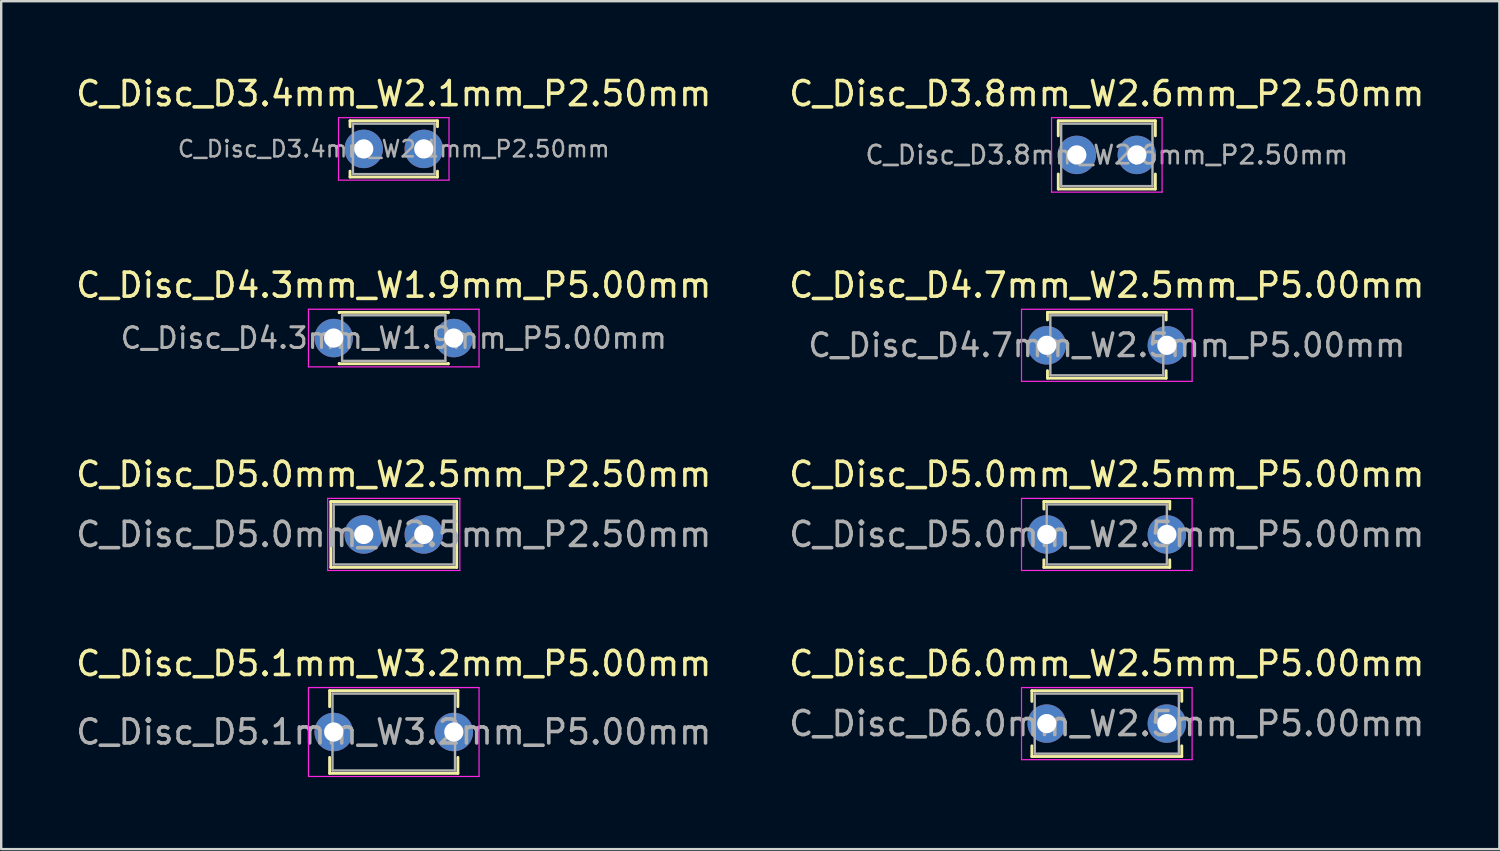
<source format=kicad_pcb>
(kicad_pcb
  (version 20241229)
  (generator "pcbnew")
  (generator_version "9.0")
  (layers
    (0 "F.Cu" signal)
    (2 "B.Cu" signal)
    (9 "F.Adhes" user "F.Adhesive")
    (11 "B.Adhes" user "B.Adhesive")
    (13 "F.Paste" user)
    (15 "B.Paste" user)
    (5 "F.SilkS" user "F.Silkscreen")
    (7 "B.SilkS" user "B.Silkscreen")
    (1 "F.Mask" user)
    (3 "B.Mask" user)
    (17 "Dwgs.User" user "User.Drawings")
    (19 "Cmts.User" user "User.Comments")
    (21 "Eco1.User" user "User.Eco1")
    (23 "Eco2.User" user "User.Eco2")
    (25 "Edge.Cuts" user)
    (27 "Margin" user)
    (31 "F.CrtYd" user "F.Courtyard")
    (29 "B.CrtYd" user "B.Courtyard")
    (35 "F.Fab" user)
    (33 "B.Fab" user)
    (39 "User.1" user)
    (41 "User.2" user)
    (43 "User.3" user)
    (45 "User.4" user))
  (footprint "C_Disc_D4.3mm_W1.9mm_P5.00mm"
    (layer "F.Cu")
    (at 10.839 11.021)
    (property "Reference" "C_Disc_D4.3mm_W1.9mm_P5.00mm" (at 2.5 -2.2 0) (layer "F.SilkS") (effects (font (size 1 1) (thickness 0.15))))
    (attr through_hole)
    (fp_line (start 0.23 -1.07) (end 0.23 -1.055) (stroke (width 0.12) (type solid)) (layer "F.SilkS"))
    (fp_line (start 0.23 -1.07) (end 4.77 -1.07) (stroke (width 0.12) (type solid)) (layer "F.SilkS"))
    (fp_line (start 0.23 1.055) (end 0.23 1.07) (stroke (width 0.12) (type solid)) (layer "F.SilkS"))
    (fp_line (start 0.23 1.07) (end 4.77 1.07) (stroke (width 0.12) (type solid)) (layer "F.SilkS"))
    (fp_line (start 4.77 -1.07) (end 4.77 -1.055) (stroke (width 0.12) (type solid)) (layer "F.SilkS"))
    (fp_line (start 4.77 1.055) (end 4.77 1.07) (stroke (width 0.12) (type solid)) (layer "F.SilkS"))
    (fp_line (start -1.05 -1.2) (end -1.05 1.2) (stroke (width 0.05) (type solid)) (layer "F.CrtYd"))
    (fp_line (start -1.05 1.2) (end 6.05 1.2) (stroke (width 0.05) (type solid)) (layer "F.CrtYd"))
    (fp_line (start 6.05 -1.2) (end -1.05 -1.2) (stroke (width 0.05) (type solid)) (layer "F.CrtYd"))
    (fp_line (start 6.05 1.2) (end 6.05 -1.2) (stroke (width 0.05) (type solid)) (layer "F.CrtYd"))
    (fp_line (start 0.35 -0.95) (end 0.35 0.95) (stroke (width 0.1) (type solid)) (layer "F.Fab"))
    (fp_line (start 0.35 0.95) (end 4.65 0.95) (stroke (width 0.1) (type solid)) (layer "F.Fab"))
    (fp_line (start 4.65 -0.95) (end 0.35 -0.95) (stroke (width 0.1) (type solid)) (layer "F.Fab"))
    (fp_line (start 4.65 0.95) (end 4.65 -0.95) (stroke (width 0.1) (type solid)) (layer "F.Fab"))
    (fp_text user "${REFERENCE}" (at 2.5 0 0) (layer "F.Fab") (effects (font (size 0.86 0.86) (thickness 0.129))))
    (pad "1" thru_hole circle (at 0 0) (size 1.6 1.6) (drill 0.8) (layers "*.Cu" "*.Mask"))
    (pad "2" thru_hole circle (at 5 0) (size 1.6 1.6) (drill 0.8) (layers "*.Cu" "*.Mask")))
  (footprint "C_Disc_D6.0mm_W2.5mm_P5.00mm"
    (layer "F.Cu")
    (at 40.518 27.068)
    (property "Reference" "C_Disc_D6.0mm_W2.5mm_P5.00mm" (at 2.5 -2.5 0) (layer "F.SilkS") (effects (font (size 1 1) (thickness 0.15))))
    (attr through_hole)
    (fp_line (start -0.62 -1.37) (end -0.62 -0.925) (stroke (width 0.12) (type solid)) (layer "F.SilkS"))
    (fp_line (start -0.62 -1.37) (end 5.62 -1.37) (stroke (width 0.12) (type solid)) (layer "F.SilkS"))
    (fp_line (start -0.62 0.925) (end -0.62 1.37) (stroke (width 0.12) (type solid)) (layer "F.SilkS"))
    (fp_line (start -0.62 1.37) (end 5.62 1.37) (stroke (width 0.12) (type solid)) (layer "F.SilkS"))
    (fp_line (start 5.62 -1.37) (end 5.62 -0.925) (stroke (width 0.12) (type solid)) (layer "F.SilkS"))
    (fp_line (start 5.62 0.925) (end 5.62 1.37) (stroke (width 0.12) (type solid)) (layer "F.SilkS"))
    (fp_line (start -1.05 -1.5) (end -1.05 1.5) (stroke (width 0.05) (type solid)) (layer "F.CrtYd"))
    (fp_line (start -1.05 1.5) (end 6.05 1.5) (stroke (width 0.05) (type solid)) (layer "F.CrtYd"))
    (fp_line (start 6.05 -1.5) (end -1.05 -1.5) (stroke (width 0.05) (type solid)) (layer "F.CrtYd"))
    (fp_line (start 6.05 1.5) (end 6.05 -1.5) (stroke (width 0.05) (type solid)) (layer "F.CrtYd"))
    (fp_line (start -0.5 -1.25) (end -0.5 1.25) (stroke (width 0.1) (type solid)) (layer "F.Fab"))
    (fp_line (start -0.5 1.25) (end 5.5 1.25) (stroke (width 0.1) (type solid)) (layer "F.Fab"))
    (fp_line (start 5.5 -1.25) (end -0.5 -1.25) (stroke (width 0.1) (type solid)) (layer "F.Fab"))
    (fp_line (start 5.5 1.25) (end 5.5 -1.25) (stroke (width 0.1) (type solid)) (layer "F.Fab"))
    (fp_text user "${REFERENCE}" (at 2.5 0 0) (layer "F.Fab") (effects (font (size 1 1) (thickness 0.15))))
    (pad "1" thru_hole circle (at 0 0) (size 1.6 1.6) (drill 0.8) (layers "*.Cu" "*.Mask"))
    (pad "2" thru_hole circle (at 5 0) (size 1.6 1.6) (drill 0.8) (layers "*.Cu" "*.Mask")))
  (footprint "C_Disc_D5.0mm_W2.5mm_P5.00mm"
    (layer "F.Cu")
    (at 40.518 19.195)
    (property "Reference" "C_Disc_D5.0mm_W2.5mm_P5.00mm" (at 2.5 -2.5 0) (layer "F.SilkS") (effects (font (size 1 1) (thickness 0.15))))
    (attr through_hole)
    (fp_line (start -0.12 -1.37) (end -0.12 -1.055) (stroke (width 0.12) (type solid)) (layer "F.SilkS"))
    (fp_line (start -0.12 -1.37) (end 5.12 -1.37) (stroke (width 0.12) (type solid)) (layer "F.SilkS"))
    (fp_line (start -0.12 1.055) (end -0.12 1.37) (stroke (width 0.12) (type solid)) (layer "F.SilkS"))
    (fp_line (start -0.12 1.37) (end 5.12 1.37) (stroke (width 0.12) (type solid)) (layer "F.SilkS"))
    (fp_line (start 5.12 -1.37) (end 5.12 -1.055) (stroke (width 0.12) (type solid)) (layer "F.SilkS"))
    (fp_line (start 5.12 1.055) (end 5.12 1.37) (stroke (width 0.12) (type solid)) (layer "F.SilkS"))
    (fp_line (start -1.05 -1.5) (end -1.05 1.5) (stroke (width 0.05) (type solid)) (layer "F.CrtYd"))
    (fp_line (start -1.05 1.5) (end 6.05 1.5) (stroke (width 0.05) (type solid)) (layer "F.CrtYd"))
    (fp_line (start 6.05 -1.5) (end -1.05 -1.5) (stroke (width 0.05) (type solid)) (layer "F.CrtYd"))
    (fp_line (start 6.05 1.5) (end 6.05 -1.5) (stroke (width 0.05) (type solid)) (layer "F.CrtYd"))
    (fp_line (start 0 -1.25) (end 0 1.25) (stroke (width 0.1) (type solid)) (layer "F.Fab"))
    (fp_line (start 0 1.25) (end 5 1.25) (stroke (width 0.1) (type solid)) (layer "F.Fab"))
    (fp_line (start 5 -1.25) (end 0 -1.25) (stroke (width 0.1) (type solid)) (layer "F.Fab"))
    (fp_line (start 5 1.25) (end 5 -1.25) (stroke (width 0.1) (type solid)) (layer "F.Fab"))
    (fp_text user "${REFERENCE}" (at 2.5 0 0) (layer "F.Fab") (effects (font (size 1 1) (thickness 0.15))))
    (pad "1" thru_hole circle (at 0 0) (size 1.6 1.6) (drill 0.8) (layers "*.Cu" "*.Mask"))
    (pad "2" thru_hole circle (at 5 0) (size 1.6 1.6) (drill 0.8) (layers "*.Cu" "*.Mask")))
  (footprint "C_Disc_D3.4mm_W2.1mm_P2.50mm"
    (layer "F.Cu")
    (at 12.089 3.148)
    (property "Reference" "C_Disc_D3.4mm_W2.1mm_P2.50mm" (at 1.25 -2.3 0) (layer "F.SilkS") (effects (font (size 1 1) (thickness 0.15))))
    (attr through_hole)
    (fp_line (start -0.57 -1.17) (end -0.57 -0.925) (stroke (width 0.12) (type solid)) (layer "F.SilkS"))
    (fp_line (start -0.57 -1.17) (end 3.07 -1.17) (stroke (width 0.12) (type solid)) (layer "F.SilkS"))
    (fp_line (start -0.57 0.925) (end -0.57 1.17) (stroke (width 0.12) (type solid)) (layer "F.SilkS"))
    (fp_line (start -0.57 1.17) (end 3.07 1.17) (stroke (width 0.12) (type solid)) (layer "F.SilkS"))
    (fp_line (start 3.07 -1.17) (end 3.07 -0.925) (stroke (width 0.12) (type solid)) (layer "F.SilkS"))
    (fp_line (start 3.07 0.925) (end 3.07 1.17) (stroke (width 0.12) (type solid)) (layer "F.SilkS"))
    (fp_line (start -1.05 -1.3) (end -1.05 1.3) (stroke (width 0.05) (type solid)) (layer "F.CrtYd"))
    (fp_line (start -1.05 1.3) (end 3.55 1.3) (stroke (width 0.05) (type solid)) (layer "F.CrtYd"))
    (fp_line (start 3.55 -1.3) (end -1.05 -1.3) (stroke (width 0.05) (type solid)) (layer "F.CrtYd"))
    (fp_line (start 3.55 1.3) (end 3.55 -1.3) (stroke (width 0.05) (type solid)) (layer "F.CrtYd"))
    (fp_line (start -0.45 -1.05) (end -0.45 1.05) (stroke (width 0.1) (type solid)) (layer "F.Fab"))
    (fp_line (start -0.45 1.05) (end 2.95 1.05) (stroke (width 0.1) (type solid)) (layer "F.Fab"))
    (fp_line (start 2.95 -1.05) (end -0.45 -1.05) (stroke (width 0.1) (type solid)) (layer "F.Fab"))
    (fp_line (start 2.95 1.05) (end 2.95 -1.05) (stroke (width 0.1) (type solid)) (layer "F.Fab"))
    (fp_text user "${REFERENCE}" (at 1.25 0 0) (layer "F.Fab") (effects (font (size 0.68 0.68) (thickness 0.102))))
    (pad "1" thru_hole circle (at 0 0) (size 1.6 1.6) (drill 0.8) (layers "*.Cu" "*.Mask"))
    (pad "2" thru_hole circle (at 2.5 0) (size 1.6 1.6) (drill 0.8) (layers "*.Cu" "*.Mask")))
  (footprint "C_Disc_D4.7mm_W2.5mm_P5.00mm"
    (layer "F.Cu")
    (at 40.518 11.322)
    (property "Reference" "C_Disc_D4.7mm_W2.5mm_P5.00mm" (at 2.5 -2.5 0) (layer "F.SilkS") (effects (font (size 1 1) (thickness 0.15))))
    (attr through_hole)
    (fp_line (start 0.03 -1.37) (end 0.03 -1.055) (stroke (width 0.12) (type solid)) (layer "F.SilkS"))
    (fp_line (start 0.03 -1.37) (end 4.97 -1.37) (stroke (width 0.12) (type solid)) (layer "F.SilkS"))
    (fp_line (start 0.03 1.055) (end 0.03 1.37) (stroke (width 0.12) (type solid)) (layer "F.SilkS"))
    (fp_line (start 0.03 1.37) (end 4.97 1.37) (stroke (width 0.12) (type solid)) (layer "F.SilkS"))
    (fp_line (start 4.97 -1.37) (end 4.97 -1.055) (stroke (width 0.12) (type solid)) (layer "F.SilkS"))
    (fp_line (start 4.97 1.055) (end 4.97 1.37) (stroke (width 0.12) (type solid)) (layer "F.SilkS"))
    (fp_line (start -1.05 -1.5) (end -1.05 1.5) (stroke (width 0.05) (type solid)) (layer "F.CrtYd"))
    (fp_line (start -1.05 1.5) (end 6.05 1.5) (stroke (width 0.05) (type solid)) (layer "F.CrtYd"))
    (fp_line (start 6.05 -1.5) (end -1.05 -1.5) (stroke (width 0.05) (type solid)) (layer "F.CrtYd"))
    (fp_line (start 6.05 1.5) (end 6.05 -1.5) (stroke (width 0.05) (type solid)) (layer "F.CrtYd"))
    (fp_line (start 0.15 -1.25) (end 0.15 1.25) (stroke (width 0.1) (type solid)) (layer "F.Fab"))
    (fp_line (start 0.15 1.25) (end 4.85 1.25) (stroke (width 0.1) (type solid)) (layer "F.Fab"))
    (fp_line (start 4.85 -1.25) (end 0.15 -1.25) (stroke (width 0.1) (type solid)) (layer "F.Fab"))
    (fp_line (start 4.85 1.25) (end 4.85 -1.25) (stroke (width 0.1) (type solid)) (layer "F.Fab"))
    (fp_text user "${REFERENCE}" (at 2.5 0 0) (layer "F.Fab") (effects (font (size 0.94 0.94) (thickness 0.141))))
    (pad "1" thru_hole circle (at 0 0) (size 1.6 1.6) (drill 0.8) (layers "*.Cu" "*.Mask"))
    (pad "2" thru_hole circle (at 5 0) (size 1.6 1.6) (drill 0.8) (layers "*.Cu" "*.Mask")))
  (footprint "C_Disc_D5.0mm_W2.5mm_P2.50mm"
    (layer "F.Cu")
    (at 12.089 19.195)
    (property "Reference" "C_Disc_D5.0mm_W2.5mm_P2.50mm" (at 1.25 -2.5 0) (layer "F.SilkS") (effects (font (size 1 1) (thickness 0.15))))
    (attr through_hole)
    (fp_line (start -1.37 -1.37) (end -1.37 1.37) (stroke (width 0.12) (type solid)) (layer "F.SilkS"))
    (fp_line (start -1.37 -1.37) (end 3.87 -1.37) (stroke (width 0.12) (type solid)) (layer "F.SilkS"))
    (fp_line (start -1.37 1.37) (end 3.87 1.37) (stroke (width 0.12) (type solid)) (layer "F.SilkS"))
    (fp_line (start 3.87 -1.37) (end 3.87 1.37) (stroke (width 0.12) (type solid)) (layer "F.SilkS"))
    (fp_line (start -1.5 -1.5) (end -1.5 1.5) (stroke (width 0.05) (type solid)) (layer "F.CrtYd"))
    (fp_line (start -1.5 1.5) (end 4 1.5) (stroke (width 0.05) (type solid)) (layer "F.CrtYd"))
    (fp_line (start 4 -1.5) (end -1.5 -1.5) (stroke (width 0.05) (type solid)) (layer "F.CrtYd"))
    (fp_line (start 4 1.5) (end 4 -1.5) (stroke (width 0.05) (type solid)) (layer "F.CrtYd"))
    (fp_line (start -1.25 -1.25) (end -1.25 1.25) (stroke (width 0.1) (type solid)) (layer "F.Fab"))
    (fp_line (start -1.25 1.25) (end 3.75 1.25) (stroke (width 0.1) (type solid)) (layer "F.Fab"))
    (fp_line (start 3.75 -1.25) (end -1.25 -1.25) (stroke (width 0.1) (type solid)) (layer "F.Fab"))
    (fp_line (start 3.75 1.25) (end 3.75 -1.25) (stroke (width 0.1) (type solid)) (layer "F.Fab"))
    (fp_text user "${REFERENCE}" (at 1.25 0 0) (layer "F.Fab") (effects (font (size 1 1) (thickness 0.15))))
    (pad "1" thru_hole circle (at 0 0) (size 1.6 1.6) (drill 0.8) (layers "*.Cu" "*.Mask"))
    (pad "2" thru_hole circle (at 2.5 0) (size 1.6 1.6) (drill 0.8) (layers "*.Cu" "*.Mask")))
  (footprint "C_Disc_D3.8mm_W2.6mm_P2.50mm"
    (layer "F.Cu")
    (at 41.768 3.398)
    (property "Reference" "C_Disc_D3.8mm_W2.6mm_P2.50mm" (at 1.25 -2.55 0) (layer "F.SilkS") (effects (font (size 1 1) (thickness 0.15))))
    (attr through_hole)
    (fp_line (start -0.77 -1.42) (end -0.77 -0.795) (stroke (width 0.12) (type solid)) (layer "F.SilkS"))
    (fp_line (start -0.77 -1.42) (end 3.27 -1.42) (stroke (width 0.12) (type solid)) (layer "F.SilkS"))
    (fp_line (start -0.77 0.795) (end -0.77 1.42) (stroke (width 0.12) (type solid)) (layer "F.SilkS"))
    (fp_line (start -0.77 1.42) (end 3.27 1.42) (stroke (width 0.12) (type solid)) (layer "F.SilkS"))
    (fp_line (start 3.27 -1.42) (end 3.27 -0.795) (stroke (width 0.12) (type solid)) (layer "F.SilkS"))
    (fp_line (start 3.27 0.795) (end 3.27 1.42) (stroke (width 0.12) (type solid)) (layer "F.SilkS"))
    (fp_line (start -1.05 -1.55) (end -1.05 1.55) (stroke (width 0.05) (type solid)) (layer "F.CrtYd"))
    (fp_line (start -1.05 1.55) (end 3.55 1.55) (stroke (width 0.05) (type solid)) (layer "F.CrtYd"))
    (fp_line (start 3.55 -1.55) (end -1.05 -1.55) (stroke (width 0.05) (type solid)) (layer "F.CrtYd"))
    (fp_line (start 3.55 1.55) (end 3.55 -1.55) (stroke (width 0.05) (type solid)) (layer "F.CrtYd"))
    (fp_line (start -0.65 -1.3) (end -0.65 1.3) (stroke (width 0.1) (type solid)) (layer "F.Fab"))
    (fp_line (start -0.65 1.3) (end 3.15 1.3) (stroke (width 0.1) (type solid)) (layer "F.Fab"))
    (fp_line (start 3.15 -1.3) (end -0.65 -1.3) (stroke (width 0.1) (type solid)) (layer "F.Fab"))
    (fp_line (start 3.15 1.3) (end 3.15 -1.3) (stroke (width 0.1) (type solid)) (layer "F.Fab"))
    (fp_text user "${REFERENCE}" (at 1.25 0 0) (layer "F.Fab") (effects (font (size 0.76 0.76) (thickness 0.114))))
    (pad "1" thru_hole circle (at 0 0) (size 1.6 1.6) (drill 0.8) (layers "*.Cu" "*.Mask"))
    (pad "2" thru_hole circle (at 2.5 0) (size 1.6 1.6) (drill 0.8) (layers "*.Cu" "*.Mask")))
  (footprint "C_Disc_D5.1mm_W3.2mm_P5.00mm"
    (layer "F.Cu")
    (at 10.839 27.418)
    (property "Reference" "C_Disc_D5.1mm_W3.2mm_P5.00mm" (at 2.5 -2.85 0) (layer "F.SilkS") (effects (font (size 1 1) (thickness 0.15))))
    (attr through_hole)
    (fp_line (start -0.17 -1.721) (end -0.17 -1.055) (stroke (width 0.12) (type solid)) (layer "F.SilkS"))
    (fp_line (start -0.17 -1.721) (end 5.17 -1.721) (stroke (width 0.12) (type solid)) (layer "F.SilkS"))
    (fp_line (start -0.17 1.055) (end -0.17 1.721) (stroke (width 0.12) (type solid)) (layer "F.SilkS"))
    (fp_line (start -0.17 1.721) (end 5.17 1.721) (stroke (width 0.12) (type solid)) (layer "F.SilkS"))
    (fp_line (start 5.17 -1.721) (end 5.17 -1.055) (stroke (width 0.12) (type solid)) (layer "F.SilkS"))
    (fp_line (start 5.17 1.055) (end 5.17 1.721) (stroke (width 0.12) (type solid)) (layer "F.SilkS"))
    (fp_line (start -1.05 -1.85) (end -1.05 1.85) (stroke (width 0.05) (type solid)) (layer "F.CrtYd"))
    (fp_line (start -1.05 1.85) (end 6.05 1.85) (stroke (width 0.05) (type solid)) (layer "F.CrtYd"))
    (fp_line (start 6.05 -1.85) (end -1.05 -1.85) (stroke (width 0.05) (type solid)) (layer "F.CrtYd"))
    (fp_line (start 6.05 1.85) (end 6.05 -1.85) (stroke (width 0.05) (type solid)) (layer "F.CrtYd"))
    (fp_line (start -0.05 -1.6) (end -0.05 1.6) (stroke (width 0.1) (type solid)) (layer "F.Fab"))
    (fp_line (start -0.05 1.6) (end 5.05 1.6) (stroke (width 0.1) (type solid)) (layer "F.Fab"))
    (fp_line (start 5.05 -1.6) (end -0.05 -1.6) (stroke (width 0.1) (type solid)) (layer "F.Fab"))
    (fp_line (start 5.05 1.6) (end 5.05 -1.6) (stroke (width 0.1) (type solid)) (layer "F.Fab"))
    (fp_text user "${REFERENCE}" (at 2.5 0 0) (layer "F.Fab") (effects (font (size 1 1) (thickness 0.15))))
    (pad "1" thru_hole circle (at 0 0) (size 1.6 1.6) (drill 0.8) (layers "*.Cu" "*.Mask"))
    (pad "2" thru_hole circle (at 5 0) (size 1.6 1.6) (drill 0.8) (layers "*.Cu" "*.Mask")))
  (gr_rect
    (start -3 -3)
    (end 59.357 32.293)
    (stroke (width 0.1) (type default))
    (fill no)
    (layer "Edge.Cuts")))
</source>
